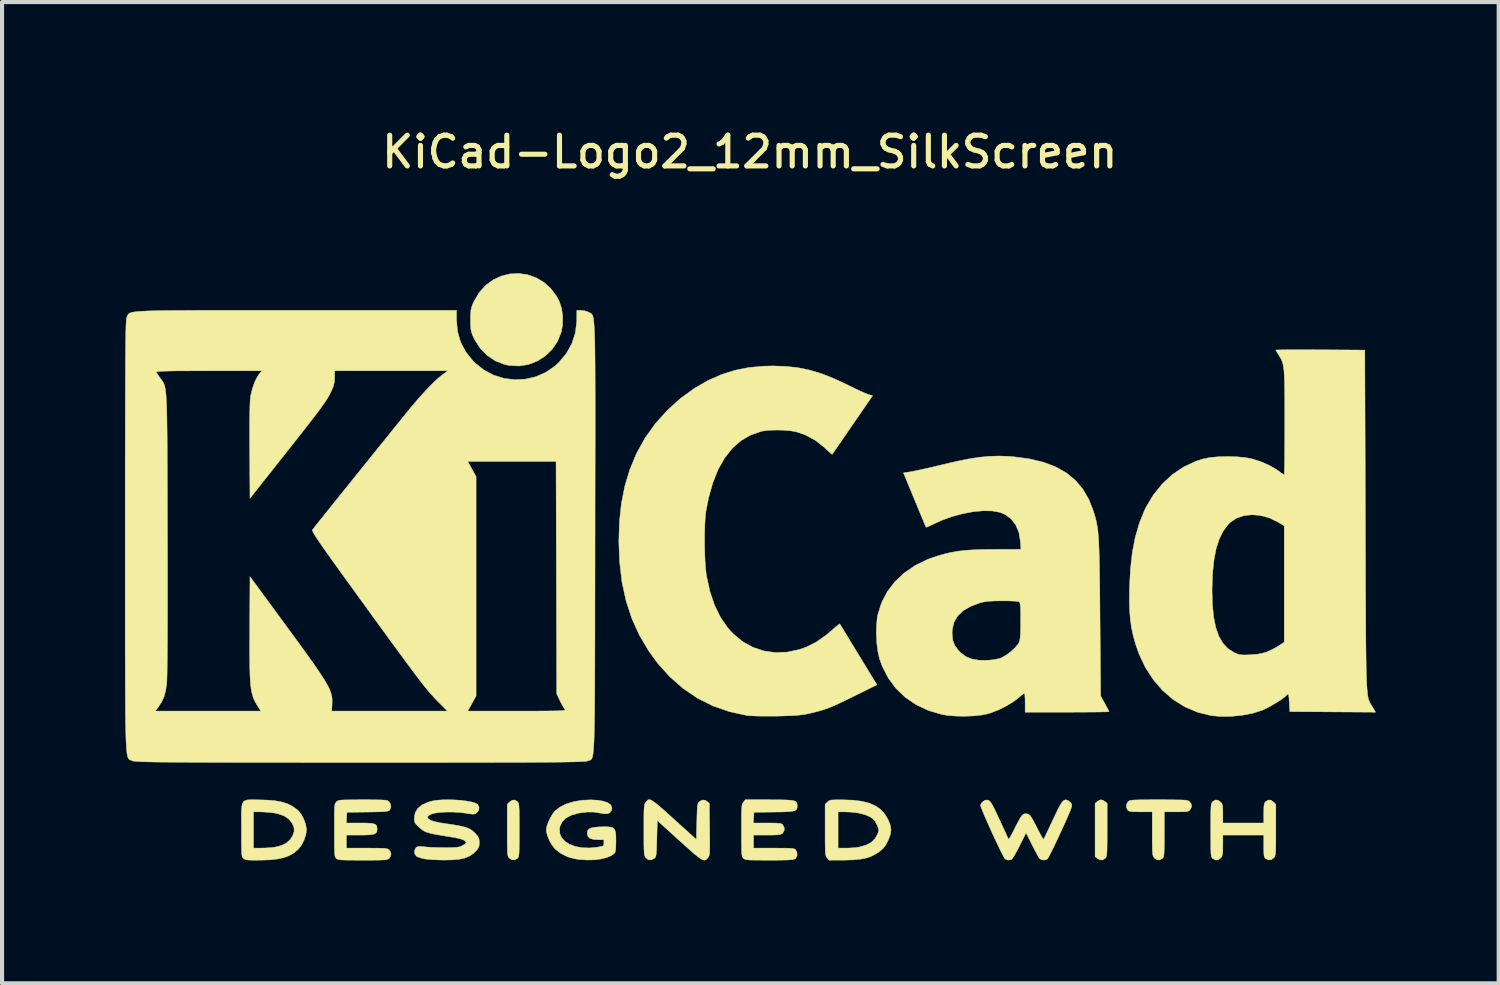
<source format=kicad_pcb>
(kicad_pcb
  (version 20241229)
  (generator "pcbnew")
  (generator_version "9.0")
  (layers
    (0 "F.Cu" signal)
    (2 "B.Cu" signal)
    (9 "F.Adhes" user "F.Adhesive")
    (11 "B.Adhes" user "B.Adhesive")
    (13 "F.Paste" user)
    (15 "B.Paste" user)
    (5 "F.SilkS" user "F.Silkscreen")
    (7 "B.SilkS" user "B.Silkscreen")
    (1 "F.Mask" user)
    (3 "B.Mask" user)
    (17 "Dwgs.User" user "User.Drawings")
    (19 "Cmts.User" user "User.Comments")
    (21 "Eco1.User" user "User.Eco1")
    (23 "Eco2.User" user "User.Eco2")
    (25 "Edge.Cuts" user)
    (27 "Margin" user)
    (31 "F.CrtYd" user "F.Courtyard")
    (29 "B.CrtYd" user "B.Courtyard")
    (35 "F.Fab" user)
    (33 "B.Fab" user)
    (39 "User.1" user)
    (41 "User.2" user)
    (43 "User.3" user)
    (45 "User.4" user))
  (footprint "KiCad-Logo2_12mm_SilkScreen"
    (layer "F.Cu")
    (at 15.245 9.548)
    (property "Reference" "KiCad-Logo2_12mm_SilkScreen" (at 0 -8.89 0) (layer "F.SilkS") (effects (font (size 0.75 0.75) (thickness 0.125))))
    (attr exclude_from_pos_files exclude_from_bom allow_missing_courtyard)
    (fp_poly (pts (xy 8.62 6.931) (xy 8.667 6.96) (xy 8.721 7.004) (xy 8.721 7.65) (xy 8.721 7.839) (xy 8.72 7.988) (xy 8.718 8.102) (xy 8.715 8.186) (xy 8.711 8.246) (xy 8.705 8.288) (xy 8.696 8.315) (xy 8.685 8.334) (xy 8.678 8.343) (xy 8.614 8.385) (xy 8.543 8.383) (xy 8.48 8.348) (xy 8.426 8.305) (xy 8.426 7.004) (xy 8.48 6.96) (xy 8.531 6.929) (xy 8.573 6.917) (xy 8.62 6.931)) (stroke (width 0.01) (type solid)) (fill yes) (layer "F.SilkS"))
    (fp_poly (pts (xy -5.669 6.962) (xy -5.656 6.978) (xy -5.645 6.997) (xy -5.637 7.027) (xy -5.632 7.071) (xy -5.628 7.135) (xy -5.625 7.225) (xy -5.624 7.346) (xy -5.623 7.502) (xy -5.623 7.654) (xy -5.624 7.843) (xy -5.624 7.991) (xy -5.626 8.105) (xy -5.628 8.189) (xy -5.633 8.248) (xy -5.639 8.289) (xy -5.647 8.316) (xy -5.658 8.334) (xy -5.669 8.346) (xy -5.735 8.385) (xy -5.806 8.382) (xy -5.869 8.339) (xy -5.883 8.322) (xy -5.895 8.302) (xy -5.903 8.275) (xy -5.91 8.234) (xy -5.914 8.174) (xy -5.916 8.089) (xy -5.918 7.975) (xy -5.918 7.826) (xy -5.918 7.657) (xy -5.918 7.028) (xy -5.863 6.973) (xy -5.794 6.926) (xy -5.727 6.924) (xy -5.669 6.962)) (stroke (width 0.01) (type solid)) (fill yes) (layer "F.SilkS"))
    (fp_poly (pts (xy -5.423 -5.895) (xy -5.218 -5.824) (xy -5.027 -5.712) (xy -4.856 -5.559) (xy -4.712 -5.366) (xy -4.648 -5.244) (xy -4.592 -5.073) (xy -4.565 -4.876) (xy -4.568 -4.674) (xy -4.601 -4.49) (xy -4.692 -4.266) (xy -4.824 -4.072) (xy -4.991 -3.911) (xy -5.185 -3.787) (xy -5.399 -3.705) (xy -5.628 -3.667) (xy -5.865 -3.679) (xy -5.981 -3.704) (xy -6.208 -3.792) (xy -6.41 -3.927) (xy -6.582 -4.104) (xy -6.718 -4.319) (xy -6.729 -4.343) (xy -6.769 -4.431) (xy -6.794 -4.505) (xy -6.808 -4.583) (xy -6.813 -4.684) (xy -6.814 -4.793) (xy -6.813 -4.925) (xy -6.806 -5.019) (xy -6.79 -5.096) (xy -6.762 -5.173) (xy -6.728 -5.249) (xy -6.599 -5.464) (xy -6.441 -5.638) (xy -6.259 -5.771) (xy -6.06 -5.863) (xy -5.85 -5.915) (xy -5.636 -5.925) (xy -5.423 -5.895)) (stroke (width 0.01) (type solid)) (fill yes) (layer "F.SilkS"))
    (fp_poly (pts (xy 10.175 6.917) (xy 10.334 6.918) (xy 10.456 6.92) (xy 10.549 6.922) (xy 10.616 6.926) (xy 10.662 6.932) (xy 10.693 6.94) (xy 10.713 6.949) (xy 10.723 6.957) (xy 10.775 7.022) (xy 10.781 7.09) (xy 10.749 7.152) (xy 10.728 7.176) (xy 10.706 7.193) (xy 10.674 7.204) (xy 10.623 7.209) (xy 10.545 7.211) (xy 10.431 7.212) (xy 10.409 7.212) (xy 10.116 7.212) (xy 10.116 7.756) (xy 10.115 7.928) (xy 10.114 8.06) (xy 10.112 8.158) (xy 10.109 8.228) (xy 10.103 8.277) (xy 10.095 8.308) (xy 10.084 8.33) (xy 10.07 8.346) (xy 10.004 8.386) (xy 9.935 8.383) (xy 9.872 8.337) (xy 9.868 8.331) (xy 9.853 8.31) (xy 9.841 8.285) (xy 9.833 8.251) (xy 9.827 8.2) (xy 9.824 8.128) (xy 9.822 8.028) (xy 9.821 7.894) (xy 9.821 7.742) (xy 9.821 7.212) (xy 9.541 7.212) (xy 9.421 7.211) (xy 9.337 7.208) (xy 9.283 7.201) (xy 9.249 7.19) (xy 9.226 7.173) (xy 9.223 7.17) (xy 9.19 7.104) (xy 9.193 7.028) (xy 9.231 6.962) (xy 9.246 6.95) (xy 9.265 6.94) (xy 9.293 6.932) (xy 9.335 6.926) (xy 9.397 6.922) (xy 9.483 6.919) (xy 9.598 6.918) (xy 9.748 6.917) (xy 9.937 6.917) (xy 9.977 6.917) (xy 10.175 6.917)) (stroke (width 0.01) (type solid)) (fill yes) (layer "F.SilkS"))
    (fp_poly (pts (xy 12.718 6.928) (xy 12.781 6.973) (xy 12.837 7.028) (xy 12.837 7.65) (xy 12.837 7.835) (xy 12.836 7.979) (xy 12.835 8.09) (xy 12.832 8.171) (xy 12.827 8.229) (xy 12.82 8.27) (xy 12.811 8.298) (xy 12.799 8.319) (xy 12.79 8.331) (xy 12.728 8.381) (xy 12.657 8.386) (xy 12.593 8.356) (xy 12.571 8.338) (xy 12.557 8.314) (xy 12.548 8.276) (xy 12.544 8.215) (xy 12.542 8.122) (xy 12.542 8.05) (xy 12.542 7.779) (xy 11.544 7.779) (xy 11.544 8.025) (xy 11.543 8.138) (xy 11.539 8.215) (xy 11.53 8.268) (xy 11.515 8.305) (xy 11.497 8.331) (xy 11.435 8.381) (xy 11.365 8.387) (xy 11.298 8.352) (xy 11.279 8.333) (xy 11.266 8.309) (xy 11.258 8.271) (xy 11.253 8.212) (xy 11.25 8.124) (xy 11.249 8) (xy 11.249 7.972) (xy 11.248 7.738) (xy 11.247 7.545) (xy 11.248 7.389) (xy 11.249 7.266) (xy 11.251 7.171) (xy 11.254 7.101) (xy 11.259 7.05) (xy 11.265 7.015) (xy 11.273 6.991) (xy 11.284 6.975) (xy 11.295 6.962) (xy 11.359 6.923) (xy 11.426 6.928) (xy 11.489 6.973) (xy 11.514 7.002) (xy 11.53 7.033) (xy 11.539 7.079) (xy 11.543 7.148) (xy 11.544 7.252) (xy 11.544 7.256) (xy 11.544 7.484) (xy 12.542 7.484) (xy 12.542 7.246) (xy 12.543 7.136) (xy 12.547 7.062) (xy 12.556 7.014) (xy 12.571 6.982) (xy 12.588 6.962) (xy 12.652 6.923) (xy 12.718 6.928)) (stroke (width 0.01) (type solid)) (fill yes) (layer "F.SilkS"))
    (fp_poly (pts (xy 2.251 6.918) (xy 2.51 6.926) (xy 2.73 6.953) (xy 2.916 6.999) (xy 3.069 7.066) (xy 3.195 7.155) (xy 3.297 7.269) (xy 3.378 7.408) (xy 3.38 7.412) (xy 3.429 7.537) (xy 3.446 7.647) (xy 3.432 7.758) (xy 3.386 7.885) (xy 3.378 7.905) (xy 3.319 8.018) (xy 3.253 8.105) (xy 3.168 8.179) (xy 3.052 8.253) (xy 3.045 8.257) (xy 2.944 8.306) (xy 2.83 8.342) (xy 2.695 8.367) (xy 2.532 8.383) (xy 2.335 8.389) (xy 2.265 8.39) (xy 1.932 8.391) (xy 1.885 8.331) (xy 1.871 8.312) (xy 1.86 8.289) (xy 1.852 8.257) (xy 1.846 8.211) (xy 1.842 8.145) (xy 1.841 8.096) (xy 2.155 8.096) (xy 2.344 8.096) (xy 2.454 8.093) (xy 2.568 8.085) (xy 2.661 8.073) (xy 2.666 8.072) (xy 2.831 8.027) (xy 2.959 7.961) (xy 3.055 7.869) (xy 3.121 7.749) (xy 3.132 7.717) (xy 3.144 7.667) (xy 3.139 7.618) (xy 3.115 7.553) (xy 3.101 7.521) (xy 3.054 7.435) (xy 2.997 7.375) (xy 2.935 7.334) (xy 2.811 7.28) (xy 2.651 7.24) (xy 2.466 7.218) (xy 2.331 7.213) (xy 2.155 7.212) (xy 2.155 8.096) (xy 1.841 8.096) (xy 1.84 8.054) (xy 1.838 7.932) (xy 1.838 7.774) (xy 1.838 7.65) (xy 1.838 7.028) (xy 1.894 6.973) (xy 1.918 6.95) (xy 1.945 6.935) (xy 1.982 6.925) (xy 2.039 6.92) (xy 2.123 6.918) (xy 2.244 6.918) (xy 2.251 6.918)) (stroke (width 0.01) (type solid)) (fill yes) (layer "F.SilkS"))
    (fp_poly (pts (xy -12.092 6.917) (xy -12.013 6.918) (xy -11.781 6.924) (xy -11.586 6.94) (xy -11.422 6.97) (xy -11.283 7.014) (xy -11.162 7.074) (xy -11.052 7.153) (xy -11.013 7.187) (xy -10.948 7.267) (xy -10.889 7.376) (xy -10.844 7.496) (xy -10.819 7.612) (xy -10.817 7.654) (xy -10.833 7.772) (xy -10.876 7.901) (xy -10.939 8.024) (xy -11.013 8.121) (xy -11.025 8.133) (xy -11.126 8.215) (xy -11.238 8.28) (xy -11.366 8.328) (xy -11.516 8.361) (xy -11.695 8.382) (xy -11.91 8.39) (xy -12.008 8.391) (xy -12.133 8.391) (xy -12.221 8.388) (xy -12.28 8.383) (xy -12.319 8.373) (xy -12.345 8.358) (xy -12.359 8.346) (xy -12.372 8.331) (xy -12.383 8.311) (xy -12.39 8.282) (xy -12.396 8.238) (xy -12.4 8.173) (xy -12.402 8.083) (xy -12.404 7.963) (xy -12.404 7.806) (xy -12.404 7.654) (xy -12.405 7.451) (xy -12.405 7.289) (xy -12.403 7.212) (xy -12.109 7.212) (xy -12.109 8.096) (xy -11.922 8.096) (xy -11.81 8.093) (xy -11.692 8.085) (xy -11.593 8.073) (xy -11.59 8.073) (xy -11.431 8.034) (xy -11.308 7.974) (xy -11.214 7.889) (xy -11.155 7.797) (xy -11.118 7.694) (xy -11.121 7.598) (xy -11.163 7.495) (xy -11.247 7.389) (xy -11.362 7.31) (xy -11.513 7.257) (xy -11.613 7.238) (xy -11.727 7.225) (xy -11.848 7.216) (xy -11.95 7.212) (xy -11.956 7.212) (xy -12.109 7.212) (xy -12.403 7.212) (xy -12.402 7.164) (xy -12.393 7.07) (xy -12.377 7.003) (xy -12.35 6.959) (xy -12.311 6.933) (xy -12.256 6.92) (xy -12.184 6.916) (xy -12.092 6.917)) (stroke (width 0.01) (type solid)) (fill yes) (layer "F.SilkS"))
    (fp_poly (pts (xy -2.407 6.926) (xy -2.359 6.954) (xy -2.298 6.999) (xy -2.218 7.064) (xy -2.117 7.151) (xy -1.992 7.263) (xy -1.84 7.4) (xy -1.666 7.558) (xy -1.303 7.887) (xy -1.292 7.445) (xy -1.288 7.293) (xy -1.284 7.18) (xy -1.279 7.099) (xy -1.273 7.044) (xy -1.264 7.008) (xy -1.252 6.985) (xy -1.236 6.968) (xy -1.227 6.96) (xy -1.158 6.922) (xy -1.092 6.928) (xy -1.039 6.96) (xy -0.986 7.004) (xy -0.979 7.636) (xy -0.977 7.823) (xy -0.976 7.969) (xy -0.976 8.08) (xy -0.978 8.163) (xy -0.982 8.222) (xy -0.988 8.263) (xy -0.996 8.292) (xy -1.008 8.313) (xy -1.02 8.33) (xy -1.047 8.362) (xy -1.074 8.383) (xy -1.105 8.391) (xy -1.143 8.384) (xy -1.192 8.359) (xy -1.256 8.315) (xy -1.339 8.249) (xy -1.443 8.158) (xy -1.574 8.042) (xy -1.723 7.908) (xy -2.256 7.424) (xy -2.267 7.864) (xy -2.271 8.016) (xy -2.275 8.129) (xy -2.28 8.21) (xy -2.286 8.265) (xy -2.295 8.301) (xy -2.307 8.324) (xy -2.323 8.341) (xy -2.332 8.348) (xy -2.406 8.386) (xy -2.476 8.38) (xy -2.537 8.331) (xy -2.551 8.312) (xy -2.562 8.289) (xy -2.571 8.257) (xy -2.576 8.211) (xy -2.58 8.145) (xy -2.583 8.053) (xy -2.584 7.931) (xy -2.584 7.772) (xy -2.584 7.654) (xy -2.584 7.47) (xy -2.584 7.326) (xy -2.582 7.216) (xy -2.579 7.135) (xy -2.574 7.078) (xy -2.568 7.038) (xy -2.558 7.01) (xy -2.546 6.989) (xy -2.537 6.977) (xy -2.515 6.949) (xy -2.494 6.927) (xy -2.471 6.915) (xy -2.443 6.914) (xy -2.407 6.926)) (stroke (width 0.01) (type solid)) (fill yes) (layer "F.SilkS"))
    (fp_poly (pts (xy -3.713 6.928) (xy -3.575 6.951) (xy -3.469 6.987) (xy -3.4 7.035) (xy -3.382 7.061) (xy -3.363 7.124) (xy -3.375 7.181) (xy -3.416 7.235) (xy -3.479 7.26) (xy -3.57 7.258) (xy -3.641 7.244) (xy -3.798 7.218) (xy -3.958 7.216) (xy -4.137 7.237) (xy -4.187 7.246) (xy -4.354 7.293) (xy -4.484 7.363) (xy -4.577 7.455) (xy -4.631 7.567) (xy -4.642 7.625) (xy -4.635 7.743) (xy -4.588 7.847) (xy -4.506 7.935) (xy -4.392 8.006) (xy -4.252 8.058) (xy -4.09 8.087) (xy -3.909 8.093) (xy -3.714 8.073) (xy -3.703 8.071) (xy -3.626 8.057) (xy -3.583 8.043) (xy -3.564 8.022) (xy -3.56 7.988) (xy -3.56 7.969) (xy -3.56 7.892) (xy -3.697 7.892) (xy -3.819 7.884) (xy -3.902 7.857) (xy -3.95 7.81) (xy -3.967 7.741) (xy -3.967 7.731) (xy -3.957 7.672) (xy -3.922 7.629) (xy -3.857 7.601) (xy -3.756 7.584) (xy -3.658 7.578) (xy -3.516 7.575) (xy -3.413 7.58) (xy -3.343 7.6) (xy -3.299 7.639) (xy -3.276 7.703) (xy -3.267 7.799) (xy -3.265 7.924) (xy -3.268 8.063) (xy -3.276 8.158) (xy -3.29 8.209) (xy -3.293 8.213) (xy -3.371 8.276) (xy -3.486 8.326) (xy -3.63 8.362) (xy -3.795 8.383) (xy -3.976 8.387) (xy -4.164 8.374) (xy -4.274 8.357) (xy -4.447 8.308) (xy -4.608 8.228) (xy -4.743 8.124) (xy -4.763 8.103) (xy -4.83 8.016) (xy -4.89 7.908) (xy -4.937 7.794) (xy -4.963 7.691) (xy -4.966 7.651) (xy -4.952 7.569) (xy -4.917 7.466) (xy -4.866 7.358) (xy -4.807 7.259) (xy -4.754 7.193) (xy -4.632 7.095) (xy -4.474 7.017) (xy -4.285 6.96) (xy -4.072 6.927) (xy -3.877 6.919) (xy -3.713 6.928)) (stroke (width 0.01) (type solid)) (fill yes) (layer "F.SilkS"))
    (fp_poly (pts (xy 0.668 6.918) (xy 0.821 6.919) (xy 0.939 6.924) (xy 1.025 6.931) (xy 1.085 6.944) (xy 1.124 6.961) (xy 1.146 6.986) (xy 1.155 7.017) (xy 1.158 7.058) (xy 1.158 7.062) (xy 1.156 7.108) (xy 1.146 7.143) (xy 1.124 7.169) (xy 1.084 7.188) (xy 1.02 7.201) (xy 0.929 7.209) (xy 0.804 7.214) (xy 0.64 7.216) (xy 0.589 7.217) (xy 0.103 7.223) (xy 0.096 7.354) (xy 0.089 7.484) (xy 0.427 7.484) (xy 0.559 7.485) (xy 0.653 7.487) (xy 0.717 7.491) (xy 0.759 7.499) (xy 0.786 7.511) (xy 0.805 7.529) (xy 0.805 7.529) (xy 0.841 7.596) (xy 0.839 7.669) (xy 0.802 7.731) (xy 0.795 7.738) (xy 0.769 7.754) (xy 0.733 7.766) (xy 0.68 7.773) (xy 0.602 7.777) (xy 0.49 7.779) (xy 0.418 7.779) (xy 0.092 7.779) (xy 0.092 8.096) (xy 0.587 8.096) (xy 0.751 8.097) (xy 0.875 8.098) (xy 0.966 8.1) (xy 1.029 8.105) (xy 1.071 8.111) (xy 1.098 8.121) (xy 1.116 8.133) (xy 1.12 8.138) (xy 1.152 8.201) (xy 1.155 8.273) (xy 1.128 8.336) (xy 1.107 8.356) (xy 1.085 8.367) (xy 1.051 8.376) (xy 1 8.382) (xy 0.926 8.386) (xy 0.823 8.389) (xy 0.687 8.391) (xy 0.513 8.391) (xy 0.473 8.391) (xy 0.295 8.391) (xy 0.157 8.39) (xy 0.053 8.389) (xy -0.022 8.386) (xy -0.074 8.381) (xy -0.109 8.374) (xy -0.131 8.364) (xy -0.148 8.351) (xy -0.157 8.342) (xy -0.171 8.325) (xy -0.181 8.304) (xy -0.189 8.275) (xy -0.195 8.23) (xy -0.199 8.165) (xy -0.201 8.075) (xy -0.203 7.954) (xy -0.203 7.797) (xy -0.203 7.664) (xy -0.203 7.479) (xy -0.202 7.333) (xy -0.201 7.222) (xy -0.198 7.14) (xy -0.193 7.081) (xy -0.187 7.04) (xy -0.178 7.012) (xy -0.166 6.99) (xy -0.156 6.977) (xy -0.109 6.917) (xy 0.474 6.917) (xy 0.668 6.918)) (stroke (width 0.01) (type solid)) (fill yes) (layer "F.SilkS"))
    (fp_poly (pts (xy -9.263 6.917) (xy -9.123 6.918) (xy -9.018 6.92) (xy -8.941 6.923) (xy -8.888 6.928) (xy -8.852 6.935) (xy -8.827 6.945) (xy -8.809 6.957) (xy -8.803 6.963) (xy -8.763 7.026) (xy -8.756 7.097) (xy -8.782 7.161) (xy -8.794 7.174) (xy -8.814 7.186) (xy -8.845 7.196) (xy -8.894 7.203) (xy -8.967 7.209) (xy -9.069 7.212) (xy -9.207 7.215) (xy -9.333 7.217) (xy -9.83 7.223) (xy -9.837 7.354) (xy -9.844 7.484) (xy -9.506 7.484) (xy -9.359 7.485) (xy -9.252 7.491) (xy -9.178 7.502) (xy -9.131 7.522) (xy -9.105 7.553) (xy -9.095 7.597) (xy -9.093 7.638) (xy -9.098 7.688) (xy -9.117 7.724) (xy -9.155 7.75) (xy -9.219 7.766) (xy -9.314 7.775) (xy -9.446 7.779) (xy -9.518 7.779) (xy -9.842 7.779) (xy -9.842 8.096) (xy -9.343 8.096) (xy -9.179 8.097) (xy -9.055 8.098) (xy -8.964 8.1) (xy -8.9 8.104) (xy -8.856 8.111) (xy -8.828 8.12) (xy -8.808 8.133) (xy -8.798 8.142) (xy -8.764 8.196) (xy -8.753 8.244) (xy -8.769 8.302) (xy -8.798 8.346) (xy -8.814 8.36) (xy -8.835 8.37) (xy -8.865 8.378) (xy -8.911 8.384) (xy -8.978 8.387) (xy -9.072 8.39) (xy -9.197 8.391) (xy -9.36 8.391) (xy -9.445 8.391) (xy -9.626 8.391) (xy -9.767 8.39) (xy -9.874 8.389) (xy -9.952 8.386) (xy -10.007 8.381) (xy -10.043 8.374) (xy -10.067 8.365) (xy -10.084 8.352) (xy -10.091 8.346) (xy -10.104 8.331) (xy -10.115 8.311) (xy -10.123 8.282) (xy -10.128 8.237) (xy -10.132 8.173) (xy -10.135 8.082) (xy -10.136 7.961) (xy -10.136 7.804) (xy -10.136 7.658) (xy -10.136 7.471) (xy -10.136 7.324) (xy -10.135 7.211) (xy -10.132 7.128) (xy -10.128 7.069) (xy -10.122 7.029) (xy -10.113 7.003) (xy -10.102 6.985) (xy -10.088 6.97) (xy -10.084 6.966) (xy -10.067 6.951) (xy -10.046 6.94) (xy -10.018 6.931) (xy -9.975 6.925) (xy -9.913 6.921) (xy -9.825 6.919) (xy -9.707 6.918) (xy -9.552 6.917) (xy -9.442 6.917) (xy -9.263 6.917)) (stroke (width 0.01) (type solid)) (fill yes) (layer "F.SilkS"))
    (fp_poly (pts (xy 7.728 6.921) (xy 7.767 6.935) (xy 7.769 6.936) (xy 7.822 6.977) (xy 7.852 7.019) (xy 7.857 7.038) (xy 7.857 7.064) (xy 7.849 7.102) (xy 7.831 7.155) (xy 7.802 7.228) (xy 7.76 7.326) (xy 7.703 7.454) (xy 7.629 7.616) (xy 7.588 7.705) (xy 7.515 7.863) (xy 7.446 8.009) (xy 7.384 8.136) (xy 7.332 8.24) (xy 7.292 8.316) (xy 7.268 8.357) (xy 7.263 8.363) (xy 7.2 8.388) (xy 7.13 8.385) (xy 7.074 8.354) (xy 7.071 8.352) (xy 7.049 8.318) (xy 7.011 8.251) (xy 6.963 8.161) (xy 6.909 8.056) (xy 6.889 8.017) (xy 6.742 7.723) (xy 6.582 8.043) (xy 6.525 8.153) (xy 6.472 8.249) (xy 6.427 8.323) (xy 6.395 8.368) (xy 6.384 8.377) (xy 6.301 8.39) (xy 6.232 8.363) (xy 6.211 8.334) (xy 6.176 8.27) (xy 6.129 8.178) (xy 6.073 8.063) (xy 6.01 7.931) (xy 5.944 7.79) (xy 5.878 7.645) (xy 5.814 7.502) (xy 5.755 7.369) (xy 5.704 7.25) (xy 5.665 7.153) (xy 5.639 7.084) (xy 5.63 7.048) (xy 5.63 7.047) (xy 5.652 7.002) (xy 5.696 6.957) (xy 5.699 6.955) (xy 5.753 6.924) (xy 5.804 6.924) (xy 5.823 6.93) (xy 5.846 6.943) (xy 5.87 6.967) (xy 5.899 7.009) (xy 5.935 7.074) (xy 5.982 7.165) (xy 6.041 7.29) (xy 6.095 7.405) (xy 6.156 7.538) (xy 6.212 7.658) (xy 6.258 7.758) (xy 6.292 7.832) (xy 6.311 7.874) (xy 6.313 7.881) (xy 6.326 7.87) (xy 6.354 7.825) (xy 6.395 7.753) (xy 6.444 7.659) (xy 6.463 7.62) (xy 6.53 7.49) (xy 6.581 7.394) (xy 6.621 7.329) (xy 6.654 7.289) (xy 6.685 7.267) (xy 6.717 7.258) (xy 6.738 7.257) (xy 6.776 7.261) (xy 6.808 7.274) (xy 6.841 7.304) (xy 6.877 7.355) (xy 6.922 7.433) (xy 6.981 7.545) (xy 7.013 7.608) (xy 7.065 7.709) (xy 7.11 7.792) (xy 7.145 7.852) (xy 7.165 7.88) (xy 7.168 7.881) (xy 7.181 7.859) (xy 7.21 7.801) (xy 7.252 7.715) (xy 7.304 7.605) (xy 7.364 7.478) (xy 7.393 7.415) (xy 7.47 7.253) (xy 7.531 7.127) (xy 7.581 7.036) (xy 7.623 6.973) (xy 7.659 6.936) (xy 7.693 6.92) (xy 7.728 6.921)) (stroke (width 0.01) (type solid)) (fill yes) (layer "F.SilkS"))
    (fp_poly (pts (xy -7.211 6.92) (xy -7.061 6.93) (xy -6.921 6.947) (xy -6.8 6.968) (xy -6.706 6.995) (xy -6.646 7.025) (xy -6.637 7.034) (xy -6.605 7.104) (xy -6.615 7.175) (xy -6.664 7.236) (xy -6.667 7.238) (xy -6.696 7.256) (xy -6.726 7.266) (xy -6.768 7.267) (xy -6.833 7.26) (xy -6.931 7.245) (xy -6.939 7.243) (xy -7.085 7.225) (xy -7.243 7.217) (xy -7.401 7.217) (xy -7.548 7.225) (xy -7.674 7.241) (xy -7.767 7.266) (xy -7.773 7.268) (xy -7.841 7.306) (xy -7.865 7.344) (xy -7.846 7.382) (xy -7.787 7.418) (xy -7.688 7.451) (xy -7.551 7.48) (xy -7.46 7.494) (xy -7.271 7.521) (xy -7.121 7.546) (xy -7.002 7.571) (xy -6.91 7.597) (xy -6.837 7.628) (xy -6.778 7.665) (xy -6.725 7.71) (xy -6.682 7.755) (xy -6.631 7.817) (xy -6.607 7.87) (xy -6.599 7.936) (xy -6.599 7.96) (xy -6.604 8.039) (xy -6.628 8.099) (xy -6.668 8.151) (xy -6.75 8.232) (xy -6.842 8.293) (xy -6.95 8.338) (xy -7.081 8.367) (xy -7.242 8.383) (xy -7.439 8.388) (xy -7.472 8.388) (xy -7.603 8.385) (xy -7.734 8.379) (xy -7.849 8.37) (xy -7.935 8.36) (xy -7.942 8.358) (xy -8.027 8.338) (xy -8.099 8.313) (xy -8.14 8.289) (xy -8.178 8.228) (xy -8.181 8.156) (xy -8.148 8.092) (xy -8.141 8.085) (xy -8.111 8.064) (xy -8.073 8.055) (xy -8.014 8.056) (xy -7.942 8.064) (xy -7.863 8.072) (xy -7.751 8.078) (xy -7.621 8.082) (xy -7.485 8.084) (xy -7.449 8.085) (xy -7.313 8.084) (xy -7.213 8.081) (xy -7.141 8.076) (xy -7.088 8.066) (xy -7.045 8.052) (xy -7.019 8.04) (xy -6.963 8.006) (xy -6.927 7.976) (xy -6.922 7.967) (xy -6.933 7.932) (xy -6.985 7.898) (xy -7.076 7.866) (xy -7.202 7.839) (xy -7.238 7.833) (xy -7.431 7.802) (xy -7.585 7.777) (xy -7.706 7.755) (xy -7.799 7.734) (xy -7.872 7.713) (xy -7.93 7.689) (xy -7.978 7.661) (xy -8.023 7.627) (xy -8.071 7.585) (xy -8.087 7.57) (xy -8.143 7.515) (xy -8.173 7.472) (xy -8.184 7.422) (xy -8.186 7.359) (xy -8.165 7.236) (xy -8.103 7.131) (xy -8.001 7.045) (xy -7.857 6.979) (xy -7.755 6.949) (xy -7.644 6.93) (xy -7.511 6.919) (xy -7.364 6.916) (xy -7.211 6.92)) (stroke (width 0.01) (type solid)) (fill yes) (layer "F.SilkS"))
    (fp_poly (pts (xy 0.875 -3.659) (xy 1.17 -3.627) (xy 1.455 -3.569) (xy 1.743 -3.483) (xy 2.045 -3.365) (xy 2.372 -3.213) (xy 2.431 -3.184) (xy 2.566 -3.117) (xy 2.694 -3.057) (xy 2.801 -3.009) (xy 2.876 -2.98) (xy 2.887 -2.976) (xy 2.997 -2.943) (xy 2.506 -2.23) (xy 2.386 -2.055) (xy 2.277 -1.896) (xy 2.181 -1.757) (xy 2.103 -1.644) (xy 2.047 -1.562) (xy 2.015 -1.517) (xy 2.01 -1.51) (xy 1.99 -1.525) (xy 1.939 -1.57) (xy 1.867 -1.636) (xy 1.827 -1.674) (xy 1.603 -1.852) (xy 1.351 -1.988) (xy 1.133 -2.062) (xy 1.003 -2.086) (xy 0.84 -2.1) (xy 0.663 -2.105) (xy 0.491 -2.1) (xy 0.345 -2.085) (xy 0.286 -2.074) (xy 0.022 -1.983) (xy -0.216 -1.845) (xy -0.427 -1.659) (xy -0.612 -1.425) (xy -0.771 -1.144) (xy -0.902 -0.817) (xy -1.007 -0.443) (xy -1.069 -0.123) (xy -1.085 0.018) (xy -1.096 0.201) (xy -1.102 0.412) (xy -1.103 0.637) (xy -1.1 0.865) (xy -1.091 1.081) (xy -1.078 1.273) (xy -1.06 1.428) (xy -1.056 1.452) (xy -0.972 1.836) (xy -0.857 2.176) (xy -0.71 2.473) (xy -0.531 2.729) (xy -0.404 2.868) (xy -0.176 3.056) (xy 0.073 3.195) (xy 0.341 3.285) (xy 0.623 3.325) (xy 0.913 3.314) (xy 1.209 3.251) (xy 1.384 3.19) (xy 1.626 3.066) (xy 1.876 2.89) (xy 2.016 2.77) (xy 2.094 2.701) (xy 2.156 2.651) (xy 2.191 2.626) (xy 2.195 2.625) (xy 2.211 2.65) (xy 2.252 2.716) (xy 2.314 2.818) (xy 2.394 2.949) (xy 2.488 3.104) (xy 2.594 3.277) (xy 2.653 3.374) (xy 3.103 4.112) (xy 2.541 4.39) (xy 2.338 4.489) (xy 2.174 4.568) (xy 2.038 4.629) (xy 1.921 4.677) (xy 1.812 4.716) (xy 1.701 4.749) (xy 1.579 4.781) (xy 1.461 4.809) (xy 1.357 4.831) (xy 1.248 4.847) (xy 1.123 4.859) (xy 0.972 4.867) (xy 0.783 4.873) (xy 0.655 4.876) (xy 0.474 4.877) (xy 0.3 4.877) (xy 0.144 4.873) (xy 0.02 4.868) (xy -0.063 4.861) (xy -0.068 4.86) (xy -0.497 4.767) (xy -0.9 4.626) (xy -1.276 4.438) (xy -1.626 4.201) (xy -1.95 3.917) (xy -2.247 3.586) (xy -2.462 3.291) (xy -2.691 2.905) (xy -2.876 2.498) (xy -3.018 2.066) (xy -3.118 1.605) (xy -3.176 1.113) (xy -3.195 0.614) (xy -3.18 0.131) (xy -3.132 -0.315) (xy -3.05 -0.731) (xy -2.932 -1.125) (xy -2.777 -1.503) (xy -2.759 -1.543) (xy -2.555 -1.91) (xy -2.305 -2.259) (xy -2.015 -2.583) (xy -1.693 -2.875) (xy -1.346 -3.127) (xy -1.022 -3.312) (xy -0.695 -3.457) (xy -0.368 -3.562) (xy -0.027 -3.63) (xy 0.34 -3.664) (xy 0.56 -3.669) (xy 0.875 -3.659)) (stroke (width 0.01) (type solid)) (fill yes) (layer "F.SilkS"))
    (fp_poly (pts (xy 13.611 -4.064) (xy 13.843 -4.063) (xy 13.922 -4.063) (xy 15.008 -4.056) (xy 15.022 0.109) (xy 15.023 0.674) (xy 15.025 1.187) (xy 15.026 1.65) (xy 15.028 2.067) (xy 15.03 2.44) (xy 15.031 2.772) (xy 15.033 3.064) (xy 15.036 3.321) (xy 15.039 3.544) (xy 15.043 3.737) (xy 15.047 3.901) (xy 15.052 4.04) (xy 15.058 4.157) (xy 15.066 4.253) (xy 15.074 4.331) (xy 15.083 4.395) (xy 15.094 4.447) (xy 15.107 4.489) (xy 15.12 4.524) (xy 15.136 4.555) (xy 15.153 4.585) (xy 15.172 4.615) (xy 15.193 4.649) (xy 15.198 4.657) (xy 15.27 4.78) (xy 14.224 4.773) (xy 13.178 4.766) (xy 13.164 4.536) (xy 13.157 4.426) (xy 13.149 4.362) (xy 13.139 4.337) (xy 13.123 4.342) (xy 13.11 4.356) (xy 13.052 4.41) (xy 12.959 4.478) (xy 12.842 4.553) (xy 12.715 4.627) (xy 12.592 4.692) (xy 12.498 4.735) (xy 12.276 4.805) (xy 12.022 4.854) (xy 11.754 4.881) (xy 11.491 4.885) (xy 11.252 4.862) (xy 11.248 4.861) (xy 10.92 4.779) (xy 10.614 4.648) (xy 10.331 4.471) (xy 10.075 4.251) (xy 9.849 3.99) (xy 9.655 3.692) (xy 9.498 3.36) (xy 9.412 3.114) (xy 9.355 2.907) (xy 9.313 2.708) (xy 9.285 2.503) (xy 9.268 2.28) (xy 9.262 2.027) (xy 9.265 1.821) (xy 11.28 1.821) (xy 11.29 2.167) (xy 11.32 2.464) (xy 11.372 2.717) (xy 11.445 2.926) (xy 11.543 3.094) (xy 11.664 3.225) (xy 11.805 3.317) (xy 11.878 3.352) (xy 11.941 3.373) (xy 12.011 3.382) (xy 12.106 3.383) (xy 12.208 3.379) (xy 12.409 3.362) (xy 12.568 3.327) (xy 12.618 3.309) (xy 12.732 3.258) (xy 12.852 3.194) (xy 12.905 3.161) (xy 13.041 3.072) (xy 13.041 0.233) (xy 12.891 0.143) (xy 12.682 0.041) (xy 12.468 -0.019) (xy 12.257 -0.038) (xy 12.057 -0.016) (xy 11.877 0.046) (xy 11.723 0.149) (xy 11.673 0.198) (xy 11.553 0.359) (xy 11.456 0.554) (xy 11.381 0.787) (xy 11.328 1.06) (xy 11.294 1.377) (xy 11.281 1.742) (xy 11.28 1.821) (xy 9.265 1.821) (xy 9.266 1.735) (xy 9.289 1.285) (xy 9.335 0.88) (xy 9.406 0.512) (xy 9.503 0.177) (xy 9.626 -0.132) (xy 9.67 -0.223) (xy 9.848 -0.522) (xy 10.062 -0.787) (xy 10.308 -1.015) (xy 10.581 -1.201) (xy 10.877 -1.341) (xy 11.053 -1.398) (xy 11.227 -1.433) (xy 11.436 -1.453) (xy 11.663 -1.459) (xy 11.89 -1.452) (xy 12.1 -1.431) (xy 12.268 -1.398) (xy 12.469 -1.333) (xy 12.663 -1.249) (xy 12.833 -1.155) (xy 12.924 -1.091) (xy 12.986 -1.044) (xy 13.03 -1.015) (xy 13.04 -1.011) (xy 13.043 -1.037) (xy 13.046 -1.113) (xy 13.048 -1.232) (xy 13.051 -1.391) (xy 13.052 -1.582) (xy 13.054 -1.801) (xy 13.055 -2.043) (xy 13.055 -2.29) (xy 13.055 -2.606) (xy 13.054 -2.872) (xy 13.052 -3.093) (xy 13.049 -3.276) (xy 13.043 -3.424) (xy 13.036 -3.543) (xy 13.025 -3.638) (xy 13.011 -3.713) (xy 12.993 -3.775) (xy 12.97 -3.828) (xy 12.943 -3.878) (xy 12.911 -3.929) (xy 12.907 -3.935) (xy 12.865 -4.001) (xy 12.84 -4.046) (xy 12.837 -4.056) (xy 12.863 -4.059) (xy 12.938 -4.061) (xy 13.056 -4.063) (xy 13.212 -4.064) (xy 13.399 -4.065) (xy 13.611 -4.064)) (stroke (width 0.01) (type solid)) (fill yes) (layer "F.SilkS"))
    (fp_poly (pts (xy 6.301 -1.464) (xy 6.436 -1.453) (xy 6.823 -1.402) (xy 7.166 -1.32) (xy 7.467 -1.206) (xy 7.726 -1.059) (xy 7.946 -0.878) (xy 8.128 -0.662) (xy 8.275 -0.41) (xy 8.382 -0.137) (xy 8.409 -0.049) (xy 8.433 0.032) (xy 8.453 0.113) (xy 8.47 0.196) (xy 8.485 0.288) (xy 8.498 0.391) (xy 8.508 0.511) (xy 8.516 0.651) (xy 8.523 0.817) (xy 8.529 1.012) (xy 8.533 1.242) (xy 8.537 1.509) (xy 8.541 1.82) (xy 8.544 2.178) (xy 8.546 2.458) (xy 8.562 4.384) (xy 8.665 4.569) (xy 8.713 4.658) (xy 8.749 4.727) (xy 8.766 4.764) (xy 8.767 4.767) (xy 8.741 4.77) (xy 8.666 4.772) (xy 8.548 4.775) (xy 8.394 4.777) (xy 8.209 4.778) (xy 7.999 4.779) (xy 7.77 4.78) (xy 7.743 4.78) (xy 6.719 4.78) (xy 6.719 4.547) (xy 6.717 4.443) (xy 6.712 4.362) (xy 6.706 4.319) (xy 6.703 4.315) (xy 6.676 4.332) (xy 6.62 4.376) (xy 6.547 4.437) (xy 6.546 4.439) (xy 6.413 4.537) (xy 6.246 4.636) (xy 6.063 4.726) (xy 5.883 4.796) (xy 5.804 4.82) (xy 5.646 4.851) (xy 5.452 4.871) (xy 5.241 4.879) (xy 5.029 4.875) (xy 4.834 4.86) (xy 4.698 4.838) (xy 4.363 4.74) (xy 4.063 4.6) (xy 3.797 4.42) (xy 3.569 4.202) (xy 3.38 3.947) (xy 3.232 3.658) (xy 3.168 3.482) (xy 3.128 3.312) (xy 3.101 3.107) (xy 3.089 2.886) (xy 3.089 2.854) (xy 4.937 2.854) (xy 4.952 3.018) (xy 5.003 3.154) (xy 5.097 3.28) (xy 5.133 3.317) (xy 5.262 3.417) (xy 5.411 3.481) (xy 5.589 3.512) (xy 5.777 3.515) (xy 5.955 3.5) (xy 6.091 3.47) (xy 6.15 3.448) (xy 6.257 3.387) (xy 6.37 3.303) (xy 6.473 3.207) (xy 6.55 3.116) (xy 6.571 3.082) (xy 6.586 3.035) (xy 6.598 2.96) (xy 6.605 2.851) (xy 6.609 2.699) (xy 6.609 2.554) (xy 6.609 2.386) (xy 6.607 2.264) (xy 6.602 2.181) (xy 6.595 2.128) (xy 6.583 2.099) (xy 6.567 2.084) (xy 6.562 2.082) (xy 6.518 2.074) (xy 6.431 2.069) (xy 6.312 2.064) (xy 6.175 2.063) (xy 6.145 2.063) (xy 5.961 2.066) (xy 5.819 2.074) (xy 5.707 2.09) (xy 5.613 2.113) (xy 5.382 2.201) (xy 5.201 2.308) (xy 5.068 2.437) (xy 4.982 2.59) (xy 4.941 2.768) (xy 4.937 2.854) (xy 3.089 2.854) (xy 3.092 2.67) (xy 3.11 2.476) (xy 3.125 2.397) (xy 3.217 2.106) (xy 3.357 1.838) (xy 3.542 1.596) (xy 3.77 1.382) (xy 4.037 1.199) (xy 4.343 1.05) (xy 4.602 0.96) (xy 4.775 0.912) (xy 4.941 0.875) (xy 5.11 0.848) (xy 5.293 0.828) (xy 5.501 0.816) (xy 5.744 0.809) (xy 5.964 0.807) (xy 6.616 0.806) (xy 6.603 0.61) (xy 6.568 0.397) (xy 6.492 0.215) (xy 6.38 0.066) (xy 6.234 -0.043) (xy 6.106 -0.096) (xy 5.922 -0.13) (xy 5.703 -0.135) (xy 5.46 -0.113) (xy 5.202 -0.065) (xy 4.939 0.006) (xy 4.683 0.098) (xy 4.497 0.183) (xy 4.407 0.226) (xy 4.339 0.257) (xy 4.304 0.268) (xy 4.302 0.268) (xy 4.29 0.242) (xy 4.26 0.171) (xy 4.215 0.064) (xy 4.158 -0.074) (xy 4.091 -0.235) (xy 4.023 -0.4) (xy 3.751 -1.059) (xy 3.944 -1.09) (xy 4.028 -1.106) (xy 4.154 -1.133) (xy 4.312 -1.168) (xy 4.49 -1.209) (xy 4.677 -1.254) (xy 4.752 -1.272) (xy 5.076 -1.347) (xy 5.359 -1.404) (xy 5.613 -1.442) (xy 5.847 -1.464) (xy 6.073 -1.471) (xy 6.301 -1.464)) (stroke (width 0.01) (type solid)) (fill yes) (layer "F.SilkS"))
    (fp_poly (pts (xy -11.847 -5.025) (xy -11.321 -5.025) (xy -11.076 -5.025) (xy -7.156 -5.025) (xy -7.156 -4.794) (xy -7.131 -4.513) (xy -7.057 -4.254) (xy -6.932 -4.015) (xy -6.756 -3.794) (xy -6.696 -3.735) (xy -6.482 -3.566) (xy -6.246 -3.443) (xy -5.995 -3.365) (xy -5.735 -3.334) (xy -5.475 -3.347) (xy -5.221 -3.406) (xy -4.98 -3.511) (xy -4.76 -3.661) (xy -4.661 -3.751) (xy -4.476 -3.973) (xy -4.34 -4.216) (xy -4.255 -4.479) (xy -4.222 -4.759) (xy -4.221 -4.786) (xy -4.22 -5.025) (xy -4.115 -5.025) (xy -4.021 -5.013) (xy -3.936 -4.982) (xy -3.931 -4.979) (xy -3.912 -4.969) (xy -3.894 -4.961) (xy -3.878 -4.953) (xy -3.863 -4.943) (xy -3.85 -4.928) (xy -3.838 -4.907) (xy -3.827 -4.876) (xy -3.817 -4.834) (xy -3.809 -4.778) (xy -3.802 -4.707) (xy -3.795 -4.617) (xy -3.79 -4.507) (xy -3.785 -4.374) (xy -3.781 -4.216) (xy -3.778 -4.031) (xy -3.776 -3.817) (xy -3.774 -3.571) (xy -3.773 -3.29) (xy -3.772 -2.974) (xy -3.772 -2.619) (xy -3.772 -2.223) (xy -3.772 -1.784) (xy -3.773 -1.3) (xy -3.774 -0.769) (xy -3.775 -0.187) (xy -3.775 0.446) (xy -3.776 0.524) (xy -3.776 1.161) (xy -3.777 1.747) (xy -3.778 2.282) (xy -3.778 2.769) (xy -3.779 3.211) (xy -3.78 3.609) (xy -3.781 3.967) (xy -3.783 4.285) (xy -3.785 4.568) (xy -3.787 4.815) (xy -3.79 5.031) (xy -3.793 5.217) (xy -3.797 5.376) (xy -3.802 5.509) (xy -3.808 5.62) (xy -3.815 5.709) (xy -3.822 5.781) (xy -3.831 5.836) (xy -3.84 5.877) (xy -3.851 5.906) (xy -3.863 5.926) (xy -3.877 5.939) (xy -3.892 5.948) (xy -3.908 5.953) (xy -3.926 5.958) (xy -3.946 5.965) (xy -3.95 5.968) (xy -3.965 5.973) (xy -3.991 5.977) (xy -4.028 5.981) (xy -4.08 5.985) (xy -4.148 5.988) (xy -4.236 5.991) (xy -4.344 5.994) (xy -4.476 5.996) (xy -4.633 5.999) (xy -4.818 6) (xy -5.033 6.002) (xy -5.28 6.003) (xy -5.561 6.005) (xy -5.878 6.006) (xy -6.234 6.006) (xy -6.631 6.007) (xy -7.071 6.007) (xy -7.556 6.008) (xy -8.088 6.008) (xy -8.67 6.008) (xy -9.303 6.008) (xy -9.509 6.008) (xy -10.156 6.008) (xy -10.752 6.008) (xy -11.297 6.007) (xy -11.794 6.007) (xy -12.245 6.007) (xy -12.653 6.006) (xy -13.02 6.005) (xy -13.347 6.004) (xy -13.638 6.003) (xy -13.894 6.002) (xy -14.117 6) (xy -14.31 5.999) (xy -14.476 5.997) (xy -14.615 5.994) (xy -14.731 5.992) (xy -14.826 5.989) (xy -14.901 5.985) (xy -14.96 5.982) (xy -15.003 5.978) (xy -15.035 5.974) (xy -15.056 5.969) (xy -15.067 5.965) (xy -15.088 5.956) (xy -15.107 5.95) (xy -15.124 5.943) (xy -15.139 5.935) (xy -15.154 5.921) (xy -15.166 5.902) (xy -15.178 5.873) (xy -15.188 5.832) (xy -15.197 5.779) (xy -15.205 5.709) (xy -15.212 5.622) (xy -15.218 5.514) (xy -15.223 5.383) (xy -15.227 5.228) (xy -15.231 5.045) (xy -15.234 4.834) (xy -15.234 4.752) (xy -14.505 4.752) (xy -11.929 4.752) (xy -11.979 4.677) (xy -12.028 4.6) (xy -12.07 4.526) (xy -12.104 4.452) (xy -12.133 4.37) (xy -12.156 4.277) (xy -12.173 4.166) (xy -12.186 4.034) (xy -12.195 3.875) (xy -12.2 3.683) (xy -12.203 3.454) (xy -12.204 3.182) (xy -12.202 2.863) (xy -12.202 2.744) (xy -12.195 1.472) (xy -11.389 2.569) (xy -11.161 2.88) (xy -10.963 3.151) (xy -10.794 3.385) (xy -10.65 3.587) (xy -10.531 3.759) (xy -10.434 3.905) (xy -10.357 4.028) (xy -10.297 4.133) (xy -10.253 4.223) (xy -10.223 4.302) (xy -10.203 4.372) (xy -10.193 4.439) (xy -10.19 4.504) (xy -10.192 4.573) (xy -10.192 4.581) (xy -10.201 4.752) (xy -8.789 4.752) (xy -7.378 4.752) (xy -7.588 4.54) (xy -7.645 4.483) (xy -7.699 4.426) (xy -7.752 4.368) (xy -7.807 4.306) (xy -7.867 4.235) (xy -7.933 4.154) (xy -8.008 4.059) (xy -8.094 3.947) (xy -8.194 3.814) (xy -8.31 3.659) (xy -8.445 3.476) (xy -8.6 3.265) (xy -8.779 3.02) (xy -8.983 2.74) (xy -9.215 2.422) (xy -9.405 2.16) (xy -9.643 1.831) (xy -9.852 1.544) (xy -10.031 1.295) (xy -10.184 1.082) (xy -10.312 0.902) (xy -10.417 0.753) (xy -10.501 0.631) (xy -10.566 0.534) (xy -10.614 0.46) (xy -10.646 0.404) (xy -10.665 0.366) (xy -10.673 0.342) (xy -10.67 0.329) (xy -10.644 0.295) (xy -10.587 0.222) (xy -10.502 0.116) (xy -10.393 -0.02) (xy -10.264 -0.181) (xy -10.118 -0.363) (xy -9.958 -0.562) (xy -9.788 -0.773) (xy -9.612 -0.993) (xy -9.432 -1.216) (xy -9.333 -1.338) (xy -6.882 -1.338) (xy -6.678 -0.97) (xy -6.678 4.384) (xy -6.882 4.752) (xy -5.676 4.752) (xy -5.388 4.752) (xy -5.151 4.752) (xy -4.958 4.751) (xy -4.807 4.749) (xy -4.693 4.747) (xy -4.61 4.744) (xy -4.554 4.739) (xy -4.521 4.733) (xy -4.507 4.725) (xy -4.506 4.715) (xy -4.515 4.704) (xy -4.515 4.704) (xy -4.549 4.654) (xy -4.595 4.573) (xy -4.635 4.492) (xy -4.711 4.329) (xy -4.719 1.495) (xy -4.727 -1.338) (xy -6.882 -1.338) (xy -9.333 -1.338) (xy -9.253 -1.438) (xy -9.078 -1.656) (xy -8.909 -1.864) (xy -8.752 -2.059) (xy -8.609 -2.237) (xy -8.483 -2.392) (xy -8.378 -2.521) (xy -8.298 -2.619) (xy -8.251 -2.677) (xy -8.069 -2.891) (xy -7.893 -3.084) (xy -7.731 -3.25) (xy -7.588 -3.383) (xy -7.486 -3.464) (xy -7.366 -3.551) (xy -10.13 -3.551) (xy -10.129 -3.388) (xy -10.137 -3.269) (xy -10.166 -3.159) (xy -10.211 -3.054) (xy -10.24 -2.995) (xy -10.271 -2.936) (xy -10.308 -2.874) (xy -10.352 -2.805) (xy -10.408 -2.724) (xy -10.476 -2.629) (xy -10.562 -2.514) (xy -10.667 -2.377) (xy -10.794 -2.213) (xy -10.946 -2.019) (xy -11.127 -1.79) (xy -11.338 -1.522) (xy -11.362 -1.492) (xy -12.195 -0.439) (xy -12.203 -1.605) (xy -12.204 -1.955) (xy -12.204 -2.251) (xy -12.202 -2.494) (xy -12.197 -2.686) (xy -12.191 -2.826) (xy -12.183 -2.917) (xy -12.18 -2.935) (xy -12.136 -3.117) (xy -12.078 -3.281) (xy -12.011 -3.413) (xy -11.972 -3.469) (xy -11.903 -3.551) (xy -13.204 -3.551) (xy -13.515 -3.55) (xy -13.774 -3.549) (xy -13.987 -3.548) (xy -14.156 -3.545) (xy -14.286 -3.542) (xy -14.38 -3.538) (xy -14.442 -3.533) (xy -14.476 -3.526) (xy -14.486 -3.518) (xy -14.485 -3.516) (xy -14.458 -3.475) (xy -14.412 -3.409) (xy -14.388 -3.375) (xy -14.363 -3.342) (xy -14.341 -3.312) (xy -14.321 -3.283) (xy -14.304 -3.252) (xy -14.288 -3.215) (xy -14.275 -3.17) (xy -14.263 -3.114) (xy -14.253 -3.043) (xy -14.244 -2.956) (xy -14.237 -2.849) (xy -14.231 -2.719) (xy -14.226 -2.563) (xy -14.222 -2.379) (xy -14.219 -2.162) (xy -14.216 -1.912) (xy -14.215 -1.623) (xy -14.213 -1.295) (xy -14.212 -0.922) (xy -14.211 -0.504) (xy -14.21 -0.036) (xy -14.209 0.393) (xy -14.208 0.872) (xy -14.207 1.329) (xy -14.207 1.761) (xy -14.207 2.166) (xy -14.208 2.539) (xy -14.209 2.879) (xy -14.211 3.182) (xy -14.213 3.446) (xy -14.216 3.668) (xy -14.218 3.844) (xy -14.222 3.971) (xy -14.225 4.048) (xy -14.226 4.056) (xy -14.25 4.242) (xy -14.288 4.391) (xy -14.345 4.521) (xy -14.428 4.649) (xy -14.439 4.663) (xy -14.505 4.752) (xy -15.234 4.752) (xy -15.236 4.59) (xy -15.237 4.313) (xy -15.239 3.999) (xy -15.239 3.648) (xy -15.24 3.255) (xy -15.24 2.82) (xy -15.24 2.339) (xy -15.24 1.811) (xy -15.24 1.234) (xy -15.24 0.604) (xy -15.24 0.479) (xy -15.24 -0.157) (xy -15.24 -0.741) (xy -15.24 -1.274) (xy -15.239 -1.76) (xy -15.239 -2.2) (xy -15.238 -2.597) (xy -15.237 -2.952) (xy -15.236 -3.269) (xy -15.235 -3.549) (xy -15.234 -3.794) (xy -15.232 -4.008) (xy -15.23 -4.191) (xy -15.228 -4.346) (xy -15.226 -4.477) (xy -15.223 -4.583) (xy -15.22 -4.669) (xy -15.216 -4.736) (xy -15.213 -4.787) (xy -15.208 -4.823) (xy -15.204 -4.848) (xy -15.199 -4.862) (xy -15.199 -4.862) (xy -15.188 -4.885) (xy -15.18 -4.905) (xy -15.17 -4.923) (xy -15.157 -4.939) (xy -15.138 -4.953) (xy -15.11 -4.966) (xy -15.071 -4.977) (xy -15.017 -4.987) (xy -14.947 -4.995) (xy -14.858 -5.002) (xy -14.746 -5.008) (xy -14.61 -5.013) (xy -14.447 -5.017) (xy -14.254 -5.02) (xy -14.029 -5.022) (xy -13.768 -5.023) (xy -13.47 -5.025) (xy -13.131 -5.025) (xy -12.75 -5.025) (xy -12.323 -5.026) (xy -11.847 -5.025)) (stroke (width 0.01) (type solid)) (fill yes) (layer "F.SilkS")))
  (gr_rect
    (start -3 -3)
    (end 33.52 20.944)
    (stroke (width 0.1) (type default))
    (fill no)
    (layer "Edge.Cuts")))
</source>
